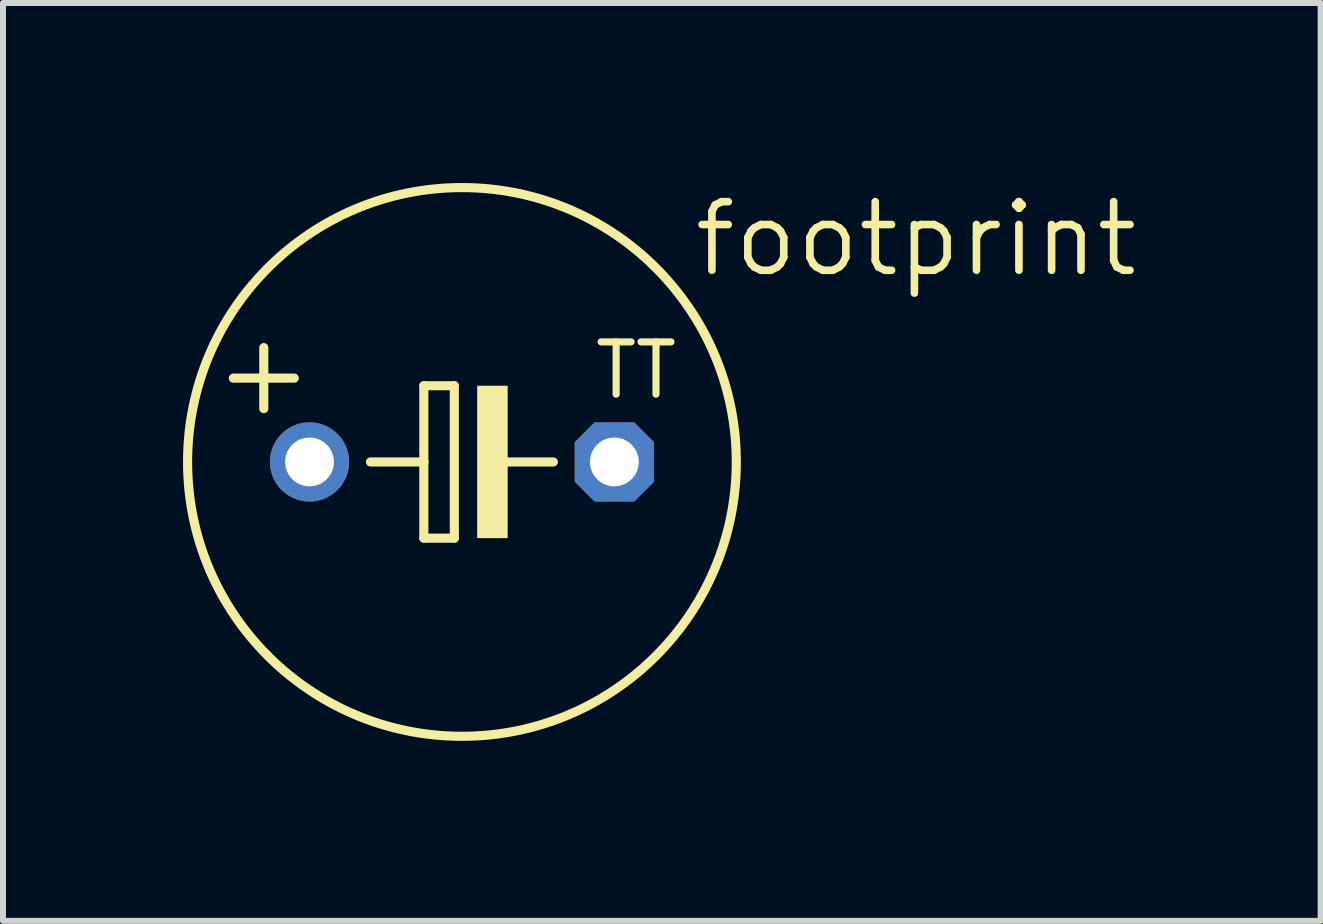
<source format=kicad_pcb>
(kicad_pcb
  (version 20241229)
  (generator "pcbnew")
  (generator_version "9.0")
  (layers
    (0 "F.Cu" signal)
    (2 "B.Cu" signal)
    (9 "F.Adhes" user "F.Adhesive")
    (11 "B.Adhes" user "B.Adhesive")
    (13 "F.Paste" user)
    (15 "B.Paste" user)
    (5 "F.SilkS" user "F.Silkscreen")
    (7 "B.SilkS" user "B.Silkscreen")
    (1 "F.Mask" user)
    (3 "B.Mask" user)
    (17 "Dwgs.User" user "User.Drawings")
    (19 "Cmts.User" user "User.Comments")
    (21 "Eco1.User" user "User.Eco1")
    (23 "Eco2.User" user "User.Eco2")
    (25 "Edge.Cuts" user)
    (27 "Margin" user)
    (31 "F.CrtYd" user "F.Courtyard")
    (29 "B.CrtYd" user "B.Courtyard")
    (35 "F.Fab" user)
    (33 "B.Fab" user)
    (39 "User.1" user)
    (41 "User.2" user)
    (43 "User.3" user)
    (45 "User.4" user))
  (footprint "footprint"
    (layer "F.Cu")
    (at 4.648 4.648)
    (property "Reference" "footprint" (at 3.81 -3.048 0) (layer "F.SilkS") (effects (font (size 1.143 1.143) (thickness 0.127)) (justify left bottom)))
    (fp_line (start -3.302 -1.905) (end -3.302 -0.889) (stroke (width 0.152) (type solid)) (layer "F.SilkS"))
    (fp_line (start -2.794 -1.397) (end -3.81 -1.397) (stroke (width 0.152) (type solid)) (layer "F.SilkS"))
    (fp_line (start -1.524 0) (end -0.635 0) (stroke (width 0.152) (type solid)) (layer "F.SilkS"))
    (fp_line (start -0.635 -1.27) (end -0.635 0) (stroke (width 0.152) (type solid)) (layer "F.SilkS"))
    (fp_line (start -0.635 0) (end -0.635 1.27) (stroke (width 0.152) (type solid)) (layer "F.SilkS"))
    (fp_line (start -0.635 1.27) (end -0.127 1.27) (stroke (width 0.152) (type solid)) (layer "F.SilkS"))
    (fp_line (start -0.127 -1.27) (end -0.635 -1.27) (stroke (width 0.152) (type solid)) (layer "F.SilkS"))
    (fp_line (start -0.127 1.27) (end -0.127 -1.27) (stroke (width 0.152) (type solid)) (layer "F.SilkS"))
    (fp_line (start 0.635 0) (end 1.524 0) (stroke (width 0.152) (type solid)) (layer "F.SilkS"))
    (fp_circle (center 0 0) (end 4.572 0) (stroke (width 0.152) (type solid)) (fill no) (layer "F.SilkS"))
    (fp_poly (pts (xy 0.254 1.27) (xy 0.762 1.27) (xy 0.762 -1.27) (xy 0.254 -1.27)) (stroke (width 0) (type solid)) (fill yes) (layer "F.SilkS"))
    (fp_text user "TT" (at 2.159 -1.016 0) (layer "F.SilkS") (effects (font (size 0.872 0.872) (thickness 0.119)) (justify left bottom)))
    (pad "+" thru_hole circle (at -2.54 0) (size 1.321 1.321) (drill 0.813) (layers "*.Cu" "*.Mask"))
    (pad "-" thru_hole roundrect (at 2.54 0) (size 1.321 1.321) (drill 0.813) (layers "*.Cu" "*.Mask") (roundrect_rratio 0.25) (chamfer_ratio 0.25) (chamfer top_left top_right bottom_left bottom_right)))
  (gr_rect
    (start -3 -3)
    (end 18.958 12.296)
    (stroke (width 0.1) (type default))
    (fill no)
    (layer "Edge.Cuts")))
</source>
